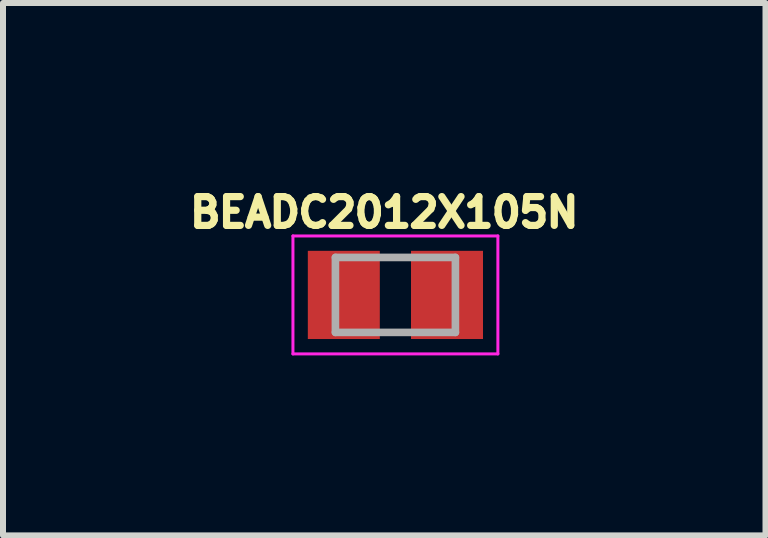
<source format=kicad_pcb>
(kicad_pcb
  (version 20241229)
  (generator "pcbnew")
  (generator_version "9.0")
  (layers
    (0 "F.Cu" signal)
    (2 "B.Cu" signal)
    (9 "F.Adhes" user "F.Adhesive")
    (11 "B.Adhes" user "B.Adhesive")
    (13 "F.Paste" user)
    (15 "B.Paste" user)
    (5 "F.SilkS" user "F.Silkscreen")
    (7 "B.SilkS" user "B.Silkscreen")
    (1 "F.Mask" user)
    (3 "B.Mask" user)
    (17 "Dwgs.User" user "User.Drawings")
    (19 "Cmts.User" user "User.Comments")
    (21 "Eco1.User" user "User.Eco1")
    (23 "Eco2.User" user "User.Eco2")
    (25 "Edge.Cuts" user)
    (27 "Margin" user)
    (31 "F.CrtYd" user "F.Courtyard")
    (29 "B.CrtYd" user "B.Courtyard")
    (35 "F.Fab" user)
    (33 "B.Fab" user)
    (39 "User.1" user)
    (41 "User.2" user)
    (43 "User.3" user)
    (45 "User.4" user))
  (footprint "BEADC2012X105N"
    (layer "F.Cu")
    (at 3.541 1.866)
    (property "Reference" "BEADC2012X105N" (at -0.186 -1.375 0) (layer "F.SilkS") (effects (font (size 0.48 0.48) (thickness 0.15))))
    (attr smd)
    (fp_line (start -1.708 -0.983) (end 1.708 -0.983) (stroke (width 0.05) (type solid)) (layer "F.CrtYd"))
    (fp_line (start -1.708 0.983) (end -1.708 -0.983) (stroke (width 0.05) (type solid)) (layer "F.CrtYd"))
    (fp_line (start -1.708 0.983) (end 1.708 0.983) (stroke (width 0.05) (type solid)) (layer "F.CrtYd"))
    (fp_line (start 1.708 0.983) (end 1.708 -0.983) (stroke (width 0.05) (type solid)) (layer "F.CrtYd"))
    (fp_line (start -1 0.625) (end -1 -0.625) (stroke (width 0.127) (type solid)) (layer "F.Fab"))
    (fp_line (start 1 -0.625) (end -1 -0.625) (stroke (width 0.127) (type solid)) (layer "F.Fab"))
    (fp_line (start 1 0.625) (end -1 0.625) (stroke (width 0.127) (type solid)) (layer "F.Fab"))
    (fp_line (start 1 0.625) (end 1 -0.625) (stroke (width 0.127) (type solid)) (layer "F.Fab"))
    (pad "1" smd rect (at -0.86 0) (size 1.2 1.47) (layers "F.Cu" "F.Mask" "F.Paste"))
    (pad "2" smd rect (at 0.86 0) (size 1.2 1.47) (layers "F.Cu" "F.Mask" "F.Paste")))
  (gr_rect
    (start -3 -3)
    (end 9.71 5.874)
    (stroke (width 0.1) (type default))
    (fill no)
    (layer "Edge.Cuts")))
</source>
